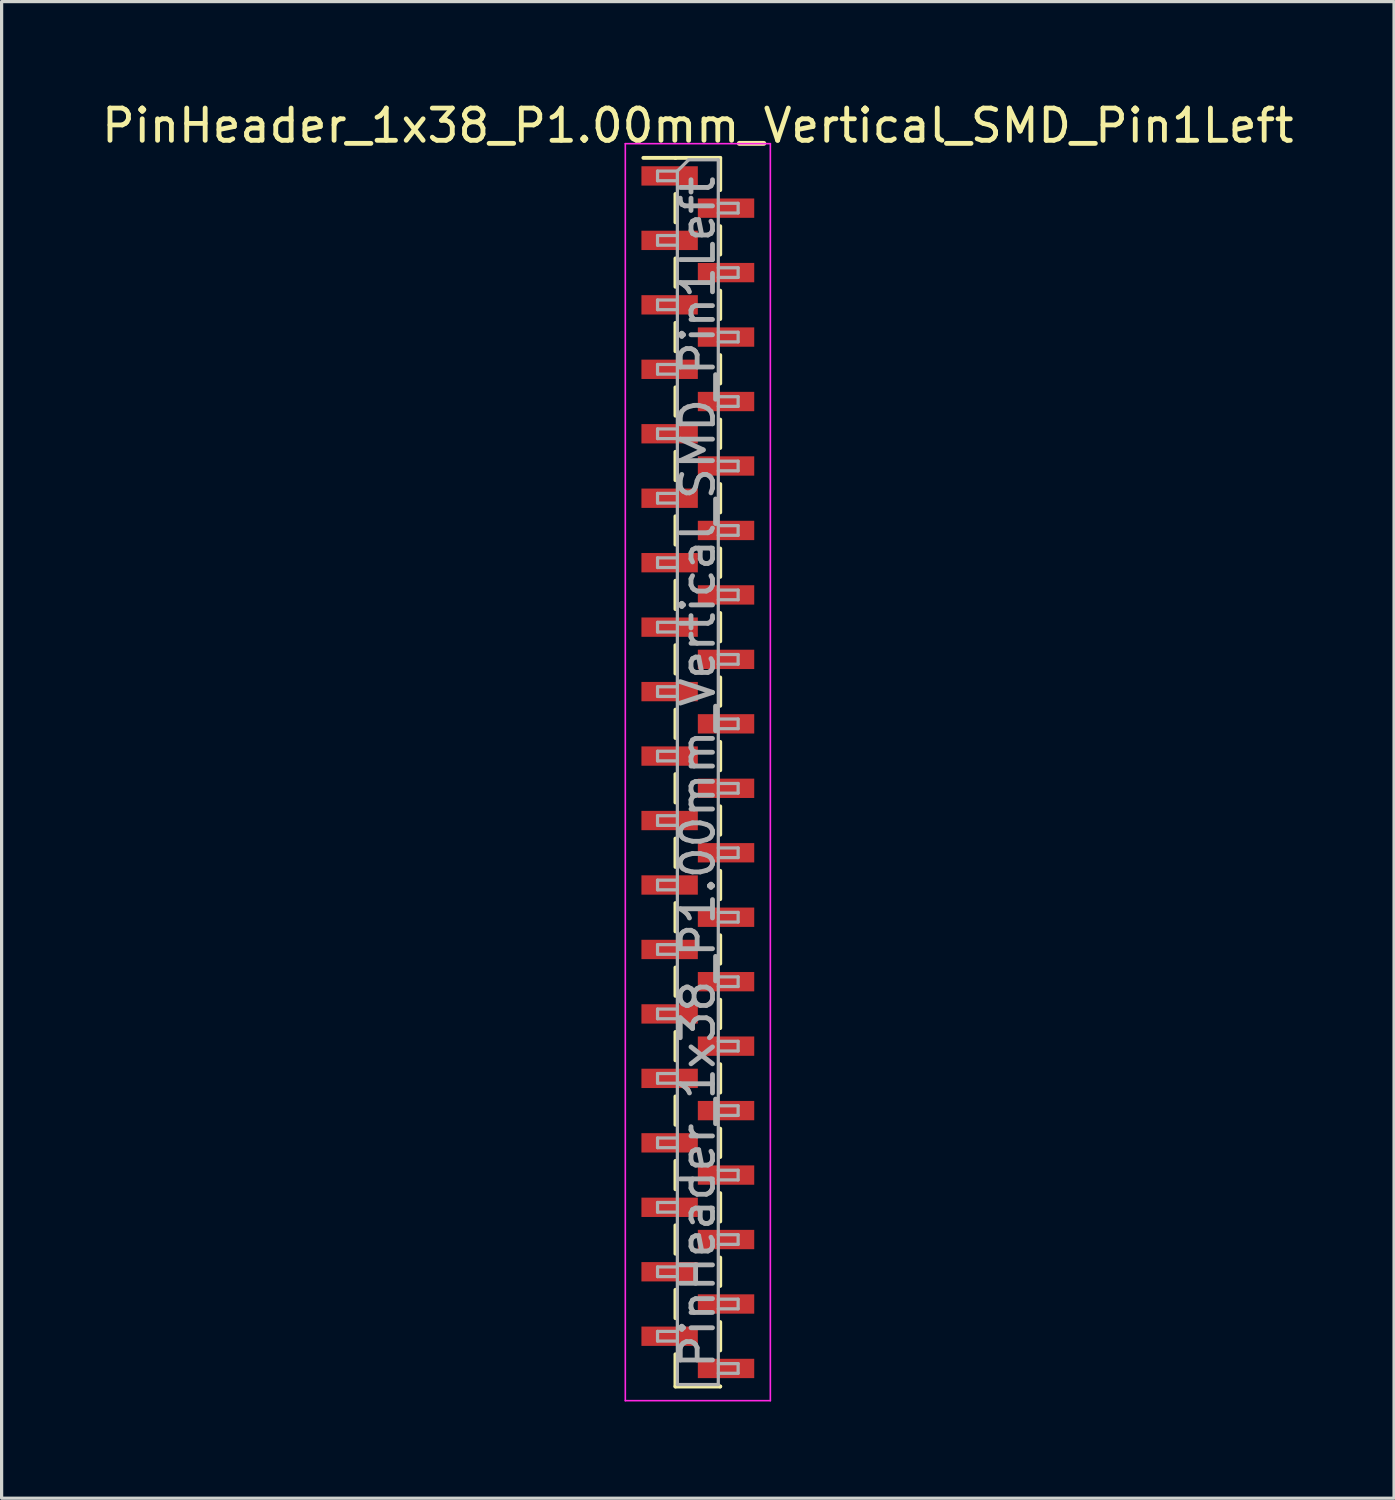
<source format=kicad_pcb>
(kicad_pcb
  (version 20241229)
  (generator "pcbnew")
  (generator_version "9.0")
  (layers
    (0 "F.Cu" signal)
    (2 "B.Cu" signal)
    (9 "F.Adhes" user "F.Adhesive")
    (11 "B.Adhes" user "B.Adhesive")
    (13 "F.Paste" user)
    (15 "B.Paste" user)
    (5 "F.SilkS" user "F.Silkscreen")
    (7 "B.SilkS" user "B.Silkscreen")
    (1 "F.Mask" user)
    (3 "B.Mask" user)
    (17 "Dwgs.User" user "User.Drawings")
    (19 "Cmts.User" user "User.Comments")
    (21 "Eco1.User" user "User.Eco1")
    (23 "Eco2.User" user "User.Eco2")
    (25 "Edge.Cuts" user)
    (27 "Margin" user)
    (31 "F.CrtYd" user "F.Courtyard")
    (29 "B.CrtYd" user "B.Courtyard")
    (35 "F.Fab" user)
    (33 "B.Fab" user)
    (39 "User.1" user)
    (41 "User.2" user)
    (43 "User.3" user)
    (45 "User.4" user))
  (footprint "PinHeader_1x38_P1.00mm_Vertical_SMD_Pin1Left"
    (layer "F.Cu")
    (at 18.601 20.908)
    (property "Reference" "PinHeader_1x38_P1.00mm_Vertical_SMD_Pin1Left" (at 0 -20.06 0) (layer "F.SilkS") (effects (font (size 1 1) (thickness 0.15))))
    (attr smd)
    (fp_line (start -0.695 -19.06) (end -1.69 -19.06) (stroke (width 0.12) (type solid)) (layer "F.SilkS"))
    (fp_line (start -0.695 -19.06) (end -0.695 -19.06) (stroke (width 0.12) (type solid)) (layer "F.SilkS"))
    (fp_line (start -0.695 -19.06) (end 0.695 -19.06) (stroke (width 0.12) (type solid)) (layer "F.SilkS"))
    (fp_line (start -0.695 -17.94) (end -0.695 -17.06) (stroke (width 0.12) (type solid)) (layer "F.SilkS"))
    (fp_line (start -0.695 -15.94) (end -0.695 -15.06) (stroke (width 0.12) (type solid)) (layer "F.SilkS"))
    (fp_line (start -0.695 -13.94) (end -0.695 -13.06) (stroke (width 0.12) (type solid)) (layer "F.SilkS"))
    (fp_line (start -0.695 -11.94) (end -0.695 -11.06) (stroke (width 0.12) (type solid)) (layer "F.SilkS"))
    (fp_line (start -0.695 -9.94) (end -0.695 -9.06) (stroke (width 0.12) (type solid)) (layer "F.SilkS"))
    (fp_line (start -0.695 -7.94) (end -0.695 -7.06) (stroke (width 0.12) (type solid)) (layer "F.SilkS"))
    (fp_line (start -0.695 -5.94) (end -0.695 -5.06) (stroke (width 0.12) (type solid)) (layer "F.SilkS"))
    (fp_line (start -0.695 -3.94) (end -0.695 -3.06) (stroke (width 0.12) (type solid)) (layer "F.SilkS"))
    (fp_line (start -0.695 -1.94) (end -0.695 -1.06) (stroke (width 0.12) (type solid)) (layer "F.SilkS"))
    (fp_line (start -0.695 0.06) (end -0.695 0.94) (stroke (width 0.12) (type solid)) (layer "F.SilkS"))
    (fp_line (start -0.695 2.06) (end -0.695 2.94) (stroke (width 0.12) (type solid)) (layer "F.SilkS"))
    (fp_line (start -0.695 4.06) (end -0.695 4.94) (stroke (width 0.12) (type solid)) (layer "F.SilkS"))
    (fp_line (start -0.695 6.06) (end -0.695 6.94) (stroke (width 0.12) (type solid)) (layer "F.SilkS"))
    (fp_line (start -0.695 8.06) (end -0.695 8.94) (stroke (width 0.12) (type solid)) (layer "F.SilkS"))
    (fp_line (start -0.695 10.06) (end -0.695 10.94) (stroke (width 0.12) (type solid)) (layer "F.SilkS"))
    (fp_line (start -0.695 12.06) (end -0.695 12.94) (stroke (width 0.12) (type solid)) (layer "F.SilkS"))
    (fp_line (start -0.695 14.06) (end -0.695 14.94) (stroke (width 0.12) (type solid)) (layer "F.SilkS"))
    (fp_line (start -0.695 16.06) (end -0.695 16.94) (stroke (width 0.12) (type solid)) (layer "F.SilkS"))
    (fp_line (start -0.695 18.06) (end -0.695 19.06) (stroke (width 0.12) (type solid)) (layer "F.SilkS"))
    (fp_line (start -0.695 19.06) (end 0.695 19.06) (stroke (width 0.12) (type solid)) (layer "F.SilkS"))
    (fp_line (start 0.695 -19.06) (end 0.695 -18.06) (stroke (width 0.12) (type solid)) (layer "F.SilkS"))
    (fp_line (start 0.695 -16.94) (end 0.695 -16.06) (stroke (width 0.12) (type solid)) (layer "F.SilkS"))
    (fp_line (start 0.695 -14.94) (end 0.695 -14.06) (stroke (width 0.12) (type solid)) (layer "F.SilkS"))
    (fp_line (start 0.695 -12.94) (end 0.695 -12.06) (stroke (width 0.12) (type solid)) (layer "F.SilkS"))
    (fp_line (start 0.695 -10.94) (end 0.695 -10.06) (stroke (width 0.12) (type solid)) (layer "F.SilkS"))
    (fp_line (start 0.695 -8.94) (end 0.695 -8.06) (stroke (width 0.12) (type solid)) (layer "F.SilkS"))
    (fp_line (start 0.695 -6.94) (end 0.695 -6.06) (stroke (width 0.12) (type solid)) (layer "F.SilkS"))
    (fp_line (start 0.695 -4.94) (end 0.695 -4.06) (stroke (width 0.12) (type solid)) (layer "F.SilkS"))
    (fp_line (start 0.695 -2.94) (end 0.695 -2.06) (stroke (width 0.12) (type solid)) (layer "F.SilkS"))
    (fp_line (start 0.695 -0.94) (end 0.695 -0.06) (stroke (width 0.12) (type solid)) (layer "F.SilkS"))
    (fp_line (start 0.695 1.06) (end 0.695 1.94) (stroke (width 0.12) (type solid)) (layer "F.SilkS"))
    (fp_line (start 0.695 3.06) (end 0.695 3.94) (stroke (width 0.12) (type solid)) (layer "F.SilkS"))
    (fp_line (start 0.695 5.06) (end 0.695 5.94) (stroke (width 0.12) (type solid)) (layer "F.SilkS"))
    (fp_line (start 0.695 7.06) (end 0.695 7.94) (stroke (width 0.12) (type solid)) (layer "F.SilkS"))
    (fp_line (start 0.695 9.06) (end 0.695 9.94) (stroke (width 0.12) (type solid)) (layer "F.SilkS"))
    (fp_line (start 0.695 11.06) (end 0.695 11.94) (stroke (width 0.12) (type solid)) (layer "F.SilkS"))
    (fp_line (start 0.695 13.06) (end 0.695 13.94) (stroke (width 0.12) (type solid)) (layer "F.SilkS"))
    (fp_line (start 0.695 15.06) (end 0.695 15.94) (stroke (width 0.12) (type solid)) (layer "F.SilkS"))
    (fp_line (start 0.695 17.06) (end 0.695 17.94) (stroke (width 0.12) (type solid)) (layer "F.SilkS"))
    (fp_line (start 0.695 19.06) (end 0.695 19.06) (stroke (width 0.12) (type solid)) (layer "F.SilkS"))
    (fp_line (start -2.25 -19.5) (end -2.25 19.5) (stroke (width 0.05) (type solid)) (layer "F.CrtYd"))
    (fp_line (start -2.25 19.5) (end 2.25 19.5) (stroke (width 0.05) (type solid)) (layer "F.CrtYd"))
    (fp_line (start 2.25 -19.5) (end -2.25 -19.5) (stroke (width 0.05) (type solid)) (layer "F.CrtYd"))
    (fp_line (start 2.25 19.5) (end 2.25 -19.5) (stroke (width 0.05) (type solid)) (layer "F.CrtYd"))
    (fp_line (start -1.25 -18.65) (end -1.25 -18.35) (stroke (width 0.1) (type solid)) (layer "F.Fab"))
    (fp_line (start -1.25 -18.35) (end -0.635 -18.35) (stroke (width 0.1) (type solid)) (layer "F.Fab"))
    (fp_line (start -1.25 -16.65) (end -1.25 -16.35) (stroke (width 0.1) (type solid)) (layer "F.Fab"))
    (fp_line (start -1.25 -16.35) (end -0.635 -16.35) (stroke (width 0.1) (type solid)) (layer "F.Fab"))
    (fp_line (start -1.25 -14.65) (end -1.25 -14.35) (stroke (width 0.1) (type solid)) (layer "F.Fab"))
    (fp_line (start -1.25 -14.35) (end -0.635 -14.35) (stroke (width 0.1) (type solid)) (layer "F.Fab"))
    (fp_line (start -1.25 -12.65) (end -1.25 -12.35) (stroke (width 0.1) (type solid)) (layer "F.Fab"))
    (fp_line (start -1.25 -12.35) (end -0.635 -12.35) (stroke (width 0.1) (type solid)) (layer "F.Fab"))
    (fp_line (start -1.25 -10.65) (end -1.25 -10.35) (stroke (width 0.1) (type solid)) (layer "F.Fab"))
    (fp_line (start -1.25 -10.35) (end -0.635 -10.35) (stroke (width 0.1) (type solid)) (layer "F.Fab"))
    (fp_line (start -1.25 -8.65) (end -1.25 -8.35) (stroke (width 0.1) (type solid)) (layer "F.Fab"))
    (fp_line (start -1.25 -8.35) (end -0.635 -8.35) (stroke (width 0.1) (type solid)) (layer "F.Fab"))
    (fp_line (start -1.25 -6.65) (end -1.25 -6.35) (stroke (width 0.1) (type solid)) (layer "F.Fab"))
    (fp_line (start -1.25 -6.35) (end -0.635 -6.35) (stroke (width 0.1) (type solid)) (layer "F.Fab"))
    (fp_line (start -1.25 -4.65) (end -1.25 -4.35) (stroke (width 0.1) (type solid)) (layer "F.Fab"))
    (fp_line (start -1.25 -4.35) (end -0.635 -4.35) (stroke (width 0.1) (type solid)) (layer "F.Fab"))
    (fp_line (start -1.25 -2.65) (end -1.25 -2.35) (stroke (width 0.1) (type solid)) (layer "F.Fab"))
    (fp_line (start -1.25 -2.35) (end -0.635 -2.35) (stroke (width 0.1) (type solid)) (layer "F.Fab"))
    (fp_line (start -1.25 -0.65) (end -1.25 -0.35) (stroke (width 0.1) (type solid)) (layer "F.Fab"))
    (fp_line (start -1.25 -0.35) (end -0.635 -0.35) (stroke (width 0.1) (type solid)) (layer "F.Fab"))
    (fp_line (start -1.25 1.35) (end -1.25 1.65) (stroke (width 0.1) (type solid)) (layer "F.Fab"))
    (fp_line (start -1.25 1.65) (end -0.635 1.65) (stroke (width 0.1) (type solid)) (layer "F.Fab"))
    (fp_line (start -1.25 3.35) (end -1.25 3.65) (stroke (width 0.1) (type solid)) (layer "F.Fab"))
    (fp_line (start -1.25 3.65) (end -0.635 3.65) (stroke (width 0.1) (type solid)) (layer "F.Fab"))
    (fp_line (start -1.25 5.35) (end -1.25 5.65) (stroke (width 0.1) (type solid)) (layer "F.Fab"))
    (fp_line (start -1.25 5.65) (end -0.635 5.65) (stroke (width 0.1) (type solid)) (layer "F.Fab"))
    (fp_line (start -1.25 7.35) (end -1.25 7.65) (stroke (width 0.1) (type solid)) (layer "F.Fab"))
    (fp_line (start -1.25 7.65) (end -0.635 7.65) (stroke (width 0.1) (type solid)) (layer "F.Fab"))
    (fp_line (start -1.25 9.35) (end -1.25 9.65) (stroke (width 0.1) (type solid)) (layer "F.Fab"))
    (fp_line (start -1.25 9.65) (end -0.635 9.65) (stroke (width 0.1) (type solid)) (layer "F.Fab"))
    (fp_line (start -1.25 11.35) (end -1.25 11.65) (stroke (width 0.1) (type solid)) (layer "F.Fab"))
    (fp_line (start -1.25 11.65) (end -0.635 11.65) (stroke (width 0.1) (type solid)) (layer "F.Fab"))
    (fp_line (start -1.25 13.35) (end -1.25 13.65) (stroke (width 0.1) (type solid)) (layer "F.Fab"))
    (fp_line (start -1.25 13.65) (end -0.635 13.65) (stroke (width 0.1) (type solid)) (layer "F.Fab"))
    (fp_line (start -1.25 15.35) (end -1.25 15.65) (stroke (width 0.1) (type solid)) (layer "F.Fab"))
    (fp_line (start -1.25 15.65) (end -0.635 15.65) (stroke (width 0.1) (type solid)) (layer "F.Fab"))
    (fp_line (start -1.25 17.35) (end -1.25 17.65) (stroke (width 0.1) (type solid)) (layer "F.Fab"))
    (fp_line (start -1.25 17.65) (end -0.635 17.65) (stroke (width 0.1) (type solid)) (layer "F.Fab"))
    (fp_line (start -0.635 -18.65) (end -1.25 -18.65) (stroke (width 0.1) (type solid)) (layer "F.Fab"))
    (fp_line (start -0.635 -18.65) (end -0.285 -19) (stroke (width 0.1) (type solid)) (layer "F.Fab"))
    (fp_line (start -0.635 -16.65) (end -1.25 -16.65) (stroke (width 0.1) (type solid)) (layer "F.Fab"))
    (fp_line (start -0.635 -14.65) (end -1.25 -14.65) (stroke (width 0.1) (type solid)) (layer "F.Fab"))
    (fp_line (start -0.635 -12.65) (end -1.25 -12.65) (stroke (width 0.1) (type solid)) (layer "F.Fab"))
    (fp_line (start -0.635 -10.65) (end -1.25 -10.65) (stroke (width 0.1) (type solid)) (layer "F.Fab"))
    (fp_line (start -0.635 -8.65) (end -1.25 -8.65) (stroke (width 0.1) (type solid)) (layer "F.Fab"))
    (fp_line (start -0.635 -6.65) (end -1.25 -6.65) (stroke (width 0.1) (type solid)) (layer "F.Fab"))
    (fp_line (start -0.635 -4.65) (end -1.25 -4.65) (stroke (width 0.1) (type solid)) (layer "F.Fab"))
    (fp_line (start -0.635 -2.65) (end -1.25 -2.65) (stroke (width 0.1) (type solid)) (layer "F.Fab"))
    (fp_line (start -0.635 -0.65) (end -1.25 -0.65) (stroke (width 0.1) (type solid)) (layer "F.Fab"))
    (fp_line (start -0.635 1.35) (end -1.25 1.35) (stroke (width 0.1) (type solid)) (layer "F.Fab"))
    (fp_line (start -0.635 3.35) (end -1.25 3.35) (stroke (width 0.1) (type solid)) (layer "F.Fab"))
    (fp_line (start -0.635 5.35) (end -1.25 5.35) (stroke (width 0.1) (type solid)) (layer "F.Fab"))
    (fp_line (start -0.635 7.35) (end -1.25 7.35) (stroke (width 0.1) (type solid)) (layer "F.Fab"))
    (fp_line (start -0.635 9.35) (end -1.25 9.35) (stroke (width 0.1) (type solid)) (layer "F.Fab"))
    (fp_line (start -0.635 11.35) (end -1.25 11.35) (stroke (width 0.1) (type solid)) (layer "F.Fab"))
    (fp_line (start -0.635 13.35) (end -1.25 13.35) (stroke (width 0.1) (type solid)) (layer "F.Fab"))
    (fp_line (start -0.635 15.35) (end -1.25 15.35) (stroke (width 0.1) (type solid)) (layer "F.Fab"))
    (fp_line (start -0.635 17.35) (end -1.25 17.35) (stroke (width 0.1) (type solid)) (layer "F.Fab"))
    (fp_line (start -0.635 19) (end -0.635 -18.65) (stroke (width 0.1) (type solid)) (layer "F.Fab"))
    (fp_line (start -0.285 -19) (end 0.635 -19) (stroke (width 0.1) (type solid)) (layer "F.Fab"))
    (fp_line (start 0.635 -19) (end 0.635 19) (stroke (width 0.1) (type solid)) (layer "F.Fab"))
    (fp_line (start 0.635 -17.65) (end 1.25 -17.65) (stroke (width 0.1) (type solid)) (layer "F.Fab"))
    (fp_line (start 0.635 -15.65) (end 1.25 -15.65) (stroke (width 0.1) (type solid)) (layer "F.Fab"))
    (fp_line (start 0.635 -13.65) (end 1.25 -13.65) (stroke (width 0.1) (type solid)) (layer "F.Fab"))
    (fp_line (start 0.635 -11.65) (end 1.25 -11.65) (stroke (width 0.1) (type solid)) (layer "F.Fab"))
    (fp_line (start 0.635 -9.65) (end 1.25 -9.65) (stroke (width 0.1) (type solid)) (layer "F.Fab"))
    (fp_line (start 0.635 -7.65) (end 1.25 -7.65) (stroke (width 0.1) (type solid)) (layer "F.Fab"))
    (fp_line (start 0.635 -5.65) (end 1.25 -5.65) (stroke (width 0.1) (type solid)) (layer "F.Fab"))
    (fp_line (start 0.635 -3.65) (end 1.25 -3.65) (stroke (width 0.1) (type solid)) (layer "F.Fab"))
    (fp_line (start 0.635 -1.65) (end 1.25 -1.65) (stroke (width 0.1) (type solid)) (layer "F.Fab"))
    (fp_line (start 0.635 0.35) (end 1.25 0.35) (stroke (width 0.1) (type solid)) (layer "F.Fab"))
    (fp_line (start 0.635 2.35) (end 1.25 2.35) (stroke (width 0.1) (type solid)) (layer "F.Fab"))
    (fp_line (start 0.635 4.35) (end 1.25 4.35) (stroke (width 0.1) (type solid)) (layer "F.Fab"))
    (fp_line (start 0.635 6.35) (end 1.25 6.35) (stroke (width 0.1) (type solid)) (layer "F.Fab"))
    (fp_line (start 0.635 8.35) (end 1.25 8.35) (stroke (width 0.1) (type solid)) (layer "F.Fab"))
    (fp_line (start 0.635 10.35) (end 1.25 10.35) (stroke (width 0.1) (type solid)) (layer "F.Fab"))
    (fp_line (start 0.635 12.35) (end 1.25 12.35) (stroke (width 0.1) (type solid)) (layer "F.Fab"))
    (fp_line (start 0.635 14.35) (end 1.25 14.35) (stroke (width 0.1) (type solid)) (layer "F.Fab"))
    (fp_line (start 0.635 16.35) (end 1.25 16.35) (stroke (width 0.1) (type solid)) (layer "F.Fab"))
    (fp_line (start 0.635 18.35) (end 1.25 18.35) (stroke (width 0.1) (type solid)) (layer "F.Fab"))
    (fp_line (start 0.635 19) (end -0.635 19) (stroke (width 0.1) (type solid)) (layer "F.Fab"))
    (fp_line (start 1.25 -17.65) (end 1.25 -17.35) (stroke (width 0.1) (type solid)) (layer "F.Fab"))
    (fp_line (start 1.25 -17.35) (end 0.635 -17.35) (stroke (width 0.1) (type solid)) (layer "F.Fab"))
    (fp_line (start 1.25 -15.65) (end 1.25 -15.35) (stroke (width 0.1) (type solid)) (layer "F.Fab"))
    (fp_line (start 1.25 -15.35) (end 0.635 -15.35) (stroke (width 0.1) (type solid)) (layer "F.Fab"))
    (fp_line (start 1.25 -13.65) (end 1.25 -13.35) (stroke (width 0.1) (type solid)) (layer "F.Fab"))
    (fp_line (start 1.25 -13.35) (end 0.635 -13.35) (stroke (width 0.1) (type solid)) (layer "F.Fab"))
    (fp_line (start 1.25 -11.65) (end 1.25 -11.35) (stroke (width 0.1) (type solid)) (layer "F.Fab"))
    (fp_line (start 1.25 -11.35) (end 0.635 -11.35) (stroke (width 0.1) (type solid)) (layer "F.Fab"))
    (fp_line (start 1.25 -9.65) (end 1.25 -9.35) (stroke (width 0.1) (type solid)) (layer "F.Fab"))
    (fp_line (start 1.25 -9.35) (end 0.635 -9.35) (stroke (width 0.1) (type solid)) (layer "F.Fab"))
    (fp_line (start 1.25 -7.65) (end 1.25 -7.35) (stroke (width 0.1) (type solid)) (layer "F.Fab"))
    (fp_line (start 1.25 -7.35) (end 0.635 -7.35) (stroke (width 0.1) (type solid)) (layer "F.Fab"))
    (fp_line (start 1.25 -5.65) (end 1.25 -5.35) (stroke (width 0.1) (type solid)) (layer "F.Fab"))
    (fp_line (start 1.25 -5.35) (end 0.635 -5.35) (stroke (width 0.1) (type solid)) (layer "F.Fab"))
    (fp_line (start 1.25 -3.65) (end 1.25 -3.35) (stroke (width 0.1) (type solid)) (layer "F.Fab"))
    (fp_line (start 1.25 -3.35) (end 0.635 -3.35) (stroke (width 0.1) (type solid)) (layer "F.Fab"))
    (fp_line (start 1.25 -1.65) (end 1.25 -1.35) (stroke (width 0.1) (type solid)) (layer "F.Fab"))
    (fp_line (start 1.25 -1.35) (end 0.635 -1.35) (stroke (width 0.1) (type solid)) (layer "F.Fab"))
    (fp_line (start 1.25 0.35) (end 1.25 0.65) (stroke (width 0.1) (type solid)) (layer "F.Fab"))
    (fp_line (start 1.25 0.65) (end 0.635 0.65) (stroke (width 0.1) (type solid)) (layer "F.Fab"))
    (fp_line (start 1.25 2.35) (end 1.25 2.65) (stroke (width 0.1) (type solid)) (layer "F.Fab"))
    (fp_line (start 1.25 2.65) (end 0.635 2.65) (stroke (width 0.1) (type solid)) (layer "F.Fab"))
    (fp_line (start 1.25 4.35) (end 1.25 4.65) (stroke (width 0.1) (type solid)) (layer "F.Fab"))
    (fp_line (start 1.25 4.65) (end 0.635 4.65) (stroke (width 0.1) (type solid)) (layer "F.Fab"))
    (fp_line (start 1.25 6.35) (end 1.25 6.65) (stroke (width 0.1) (type solid)) (layer "F.Fab"))
    (fp_line (start 1.25 6.65) (end 0.635 6.65) (stroke (width 0.1) (type solid)) (layer "F.Fab"))
    (fp_line (start 1.25 8.35) (end 1.25 8.65) (stroke (width 0.1) (type solid)) (layer "F.Fab"))
    (fp_line (start 1.25 8.65) (end 0.635 8.65) (stroke (width 0.1) (type solid)) (layer "F.Fab"))
    (fp_line (start 1.25 10.35) (end 1.25 10.65) (stroke (width 0.1) (type solid)) (layer "F.Fab"))
    (fp_line (start 1.25 10.65) (end 0.635 10.65) (stroke (width 0.1) (type solid)) (layer "F.Fab"))
    (fp_line (start 1.25 12.35) (end 1.25 12.65) (stroke (width 0.1) (type solid)) (layer "F.Fab"))
    (fp_line (start 1.25 12.65) (end 0.635 12.65) (stroke (width 0.1) (type solid)) (layer "F.Fab"))
    (fp_line (start 1.25 14.35) (end 1.25 14.65) (stroke (width 0.1) (type solid)) (layer "F.Fab"))
    (fp_line (start 1.25 14.65) (end 0.635 14.65) (stroke (width 0.1) (type solid)) (layer "F.Fab"))
    (fp_line (start 1.25 16.35) (end 1.25 16.65) (stroke (width 0.1) (type solid)) (layer "F.Fab"))
    (fp_line (start 1.25 16.65) (end 0.635 16.65) (stroke (width 0.1) (type solid)) (layer "F.Fab"))
    (fp_line (start 1.25 18.35) (end 1.25 18.65) (stroke (width 0.1) (type solid)) (layer "F.Fab"))
    (fp_line (start 1.25 18.65) (end 0.635 18.65) (stroke (width 0.1) (type solid)) (layer "F.Fab"))
    (fp_text user "${REFERENCE}" (at 0 0 90) (layer "F.Fab") (effects (font (size 1 1) (thickness 0.15))))
    (pad "1" smd rect (at -0.875 -18.5) (size 1.75 0.6) (layers "F.Cu" "F.Mask" "F.Paste"))
    (pad "2" smd rect (at 0.875 -17.5) (size 1.75 0.6) (layers "F.Cu" "F.Mask" "F.Paste"))
    (pad "3" smd rect (at -0.875 -16.5) (size 1.75 0.6) (layers "F.Cu" "F.Mask" "F.Paste"))
    (pad "4" smd rect (at 0.875 -15.5) (size 1.75 0.6) (layers "F.Cu" "F.Mask" "F.Paste"))
    (pad "5" smd rect (at -0.875 -14.5) (size 1.75 0.6) (layers "F.Cu" "F.Mask" "F.Paste"))
    (pad "6" smd rect (at 0.875 -13.5) (size 1.75 0.6) (layers "F.Cu" "F.Mask" "F.Paste"))
    (pad "7" smd rect (at -0.875 -12.5) (size 1.75 0.6) (layers "F.Cu" "F.Mask" "F.Paste"))
    (pad "8" smd rect (at 0.875 -11.5) (size 1.75 0.6) (layers "F.Cu" "F.Mask" "F.Paste"))
    (pad "9" smd rect (at -0.875 -10.5) (size 1.75 0.6) (layers "F.Cu" "F.Mask" "F.Paste"))
    (pad "10" smd rect (at 0.875 -9.5) (size 1.75 0.6) (layers "F.Cu" "F.Mask" "F.Paste"))
    (pad "11" smd rect (at -0.875 -8.5) (size 1.75 0.6) (layers "F.Cu" "F.Mask" "F.Paste"))
    (pad "12" smd rect (at 0.875 -7.5) (size 1.75 0.6) (layers "F.Cu" "F.Mask" "F.Paste"))
    (pad "13" smd rect (at -0.875 -6.5) (size 1.75 0.6) (layers "F.Cu" "F.Mask" "F.Paste"))
    (pad "14" smd rect (at 0.875 -5.5) (size 1.75 0.6) (layers "F.Cu" "F.Mask" "F.Paste"))
    (pad "15" smd rect (at -0.875 -4.5) (size 1.75 0.6) (layers "F.Cu" "F.Mask" "F.Paste"))
    (pad "16" smd rect (at 0.875 -3.5) (size 1.75 0.6) (layers "F.Cu" "F.Mask" "F.Paste"))
    (pad "17" smd rect (at -0.875 -2.5) (size 1.75 0.6) (layers "F.Cu" "F.Mask" "F.Paste"))
    (pad "18" smd rect (at 0.875 -1.5) (size 1.75 0.6) (layers "F.Cu" "F.Mask" "F.Paste"))
    (pad "19" smd rect (at -0.875 -0.5) (size 1.75 0.6) (layers "F.Cu" "F.Mask" "F.Paste"))
    (pad "20" smd rect (at 0.875 0.5) (size 1.75 0.6) (layers "F.Cu" "F.Mask" "F.Paste"))
    (pad "21" smd rect (at -0.875 1.5) (size 1.75 0.6) (layers "F.Cu" "F.Mask" "F.Paste"))
    (pad "22" smd rect (at 0.875 2.5) (size 1.75 0.6) (layers "F.Cu" "F.Mask" "F.Paste"))
    (pad "23" smd rect (at -0.875 3.5) (size 1.75 0.6) (layers "F.Cu" "F.Mask" "F.Paste"))
    (pad "24" smd rect (at 0.875 4.5) (size 1.75 0.6) (layers "F.Cu" "F.Mask" "F.Paste"))
    (pad "25" smd rect (at -0.875 5.5) (size 1.75 0.6) (layers "F.Cu" "F.Mask" "F.Paste"))
    (pad "26" smd rect (at 0.875 6.5) (size 1.75 0.6) (layers "F.Cu" "F.Mask" "F.Paste"))
    (pad "27" smd rect (at -0.875 7.5) (size 1.75 0.6) (layers "F.Cu" "F.Mask" "F.Paste"))
    (pad "28" smd rect (at 0.875 8.5) (size 1.75 0.6) (layers "F.Cu" "F.Mask" "F.Paste"))
    (pad "29" smd rect (at -0.875 9.5) (size 1.75 0.6) (layers "F.Cu" "F.Mask" "F.Paste"))
    (pad "30" smd rect (at 0.875 10.5) (size 1.75 0.6) (layers "F.Cu" "F.Mask" "F.Paste"))
    (pad "31" smd rect (at -0.875 11.5) (size 1.75 0.6) (layers "F.Cu" "F.Mask" "F.Paste"))
    (pad "32" smd rect (at 0.875 12.5) (size 1.75 0.6) (layers "F.Cu" "F.Mask" "F.Paste"))
    (pad "33" smd rect (at -0.875 13.5) (size 1.75 0.6) (layers "F.Cu" "F.Mask" "F.Paste"))
    (pad "34" smd rect (at 0.875 14.5) (size 1.75 0.6) (layers "F.Cu" "F.Mask" "F.Paste"))
    (pad "35" smd rect (at -0.875 15.5) (size 1.75 0.6) (layers "F.Cu" "F.Mask" "F.Paste"))
    (pad "36" smd rect (at 0.875 16.5) (size 1.75 0.6) (layers "F.Cu" "F.Mask" "F.Paste"))
    (pad "37" smd rect (at -0.875 17.5) (size 1.75 0.6) (layers "F.Cu" "F.Mask" "F.Paste"))
    (pad "38" smd rect (at 0.875 18.5) (size 1.75 0.6) (layers "F.Cu" "F.Mask" "F.Paste")))
  (gr_rect
    (start -3 -3)
    (end 40.202 43.433)
    (stroke (width 0.1) (type default))
    (fill no)
    (layer "Edge.Cuts")))
</source>
